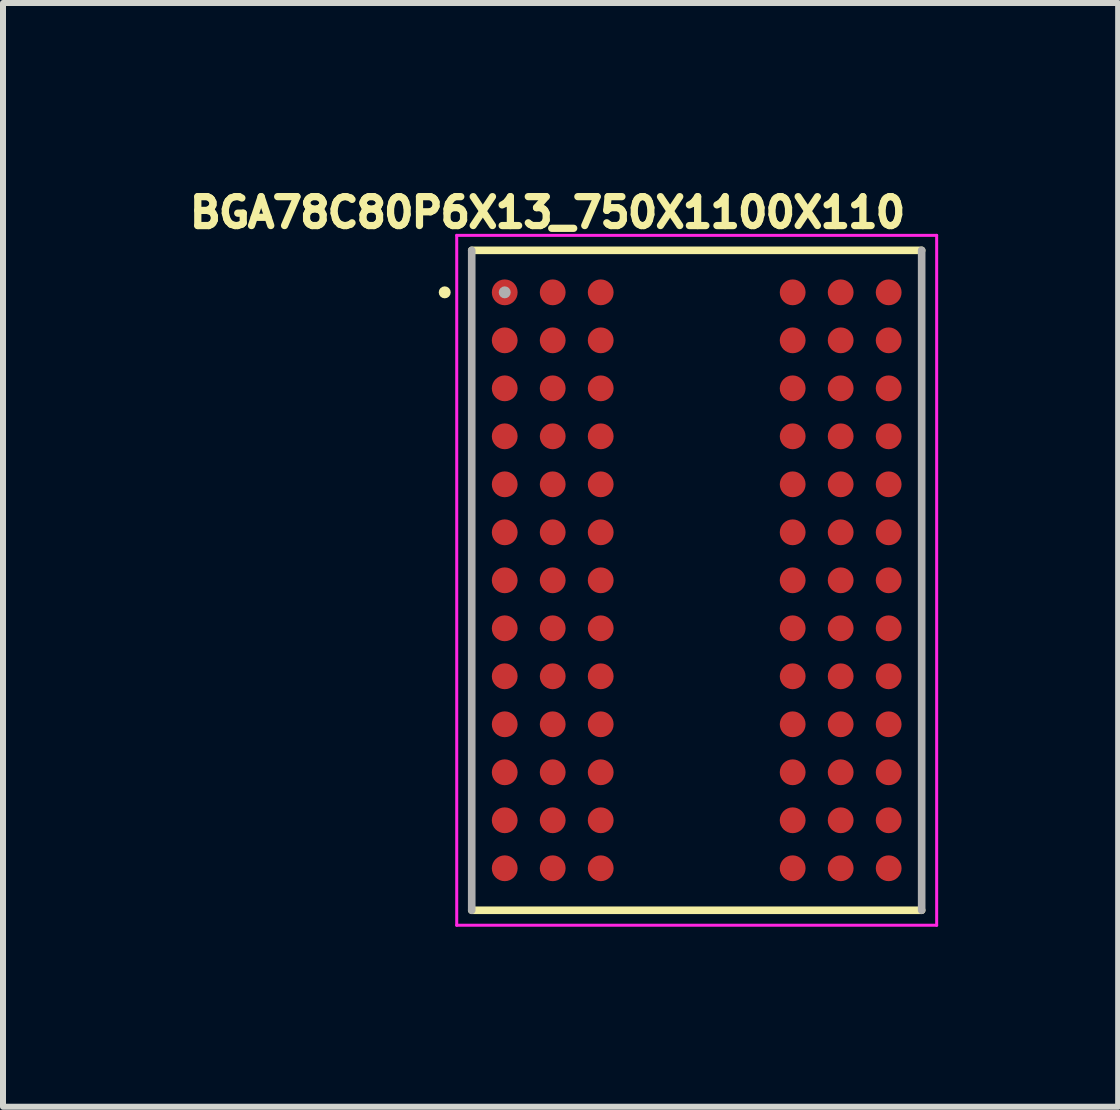
<source format=kicad_pcb>
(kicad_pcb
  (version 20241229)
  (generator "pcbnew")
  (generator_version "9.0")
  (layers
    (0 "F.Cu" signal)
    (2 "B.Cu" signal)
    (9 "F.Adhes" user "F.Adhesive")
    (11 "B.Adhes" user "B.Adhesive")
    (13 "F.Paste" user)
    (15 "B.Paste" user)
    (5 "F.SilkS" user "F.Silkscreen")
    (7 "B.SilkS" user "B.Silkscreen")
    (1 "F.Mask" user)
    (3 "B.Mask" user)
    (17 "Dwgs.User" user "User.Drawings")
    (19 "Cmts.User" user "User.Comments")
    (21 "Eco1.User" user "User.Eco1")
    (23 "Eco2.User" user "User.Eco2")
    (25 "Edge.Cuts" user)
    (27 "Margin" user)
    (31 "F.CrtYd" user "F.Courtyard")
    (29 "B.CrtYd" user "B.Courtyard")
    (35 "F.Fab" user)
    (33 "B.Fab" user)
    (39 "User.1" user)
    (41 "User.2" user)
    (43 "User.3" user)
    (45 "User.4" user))
  (footprint "BGA78C80P6X13_750X1100X110"
    (layer "F.Cu")
    (at 8.563 6.623)
    (property "Reference" "BGA78C80P6X13_750X1100X110" (at -2.486 -6.13 0) (layer "F.SilkS") (effects (font (size 0.482 0.482) (thickness 0.15))))
    (attr smd)
    (fp_line (start -3.75 -5.5) (end 3.75 -5.5) (stroke (width 0.127) (type solid)) (layer "F.SilkS"))
    (fp_line (start 3.75 5.5) (end -3.75 5.5) (stroke (width 0.127) (type solid)) (layer "F.SilkS"))
    (fp_circle (center -4.2 -4.8) (end -4.15 -4.8) (stroke (width 0.1) (type solid)) (fill no) (layer "F.SilkS"))
    (fp_line (start -4 -5.75) (end 4 -5.75) (stroke (width 0.05) (type solid)) (layer "F.CrtYd"))
    (fp_line (start -4 5.75) (end -4 -5.75) (stroke (width 0.05) (type solid)) (layer "F.CrtYd"))
    (fp_line (start 4 -5.75) (end 4 5.75) (stroke (width 0.05) (type solid)) (layer "F.CrtYd"))
    (fp_line (start 4 5.75) (end -4 5.75) (stroke (width 0.05) (type solid)) (layer "F.CrtYd"))
    (fp_line (start -3.75 5.5) (end -3.75 -5.5) (stroke (width 0.127) (type solid)) (layer "F.Fab"))
    (fp_line (start 3.75 -5.5) (end 3.75 5.5) (stroke (width 0.127) (type solid)) (layer "F.Fab"))
    (fp_circle (center -3.2 -4.8) (end -3.15 -4.8) (stroke (width 0.1) (type solid)) (fill no) (layer "F.Fab"))
    (pad "A1" smd circle (at -3.2 -4.8) (size 0.43 0.43) (layers "F.Cu" "F.Mask" "F.Paste"))
    (pad "A2" smd circle (at -2.4 -4.8) (size 0.43 0.43) (layers "F.Cu" "F.Mask" "F.Paste"))
    (pad "A3" smd circle (at -1.6 -4.8) (size 0.43 0.43) (layers "F.Cu" "F.Mask" "F.Paste"))
    (pad "A7" smd circle (at 1.6 -4.8) (size 0.43 0.43) (layers "F.Cu" "F.Mask" "F.Paste"))
    (pad "A8" smd circle (at 2.4 -4.8) (size 0.43 0.43) (layers "F.Cu" "F.Mask" "F.Paste"))
    (pad "A9" smd circle (at 3.2 -4.8) (size 0.43 0.43) (layers "F.Cu" "F.Mask" "F.Paste"))
    (pad "B1" smd circle (at -3.2 -4) (size 0.43 0.43) (layers "F.Cu" "F.Mask" "F.Paste"))
    (pad "B2" smd circle (at -2.4 -4) (size 0.43 0.43) (layers "F.Cu" "F.Mask" "F.Paste"))
    (pad "B3" smd circle (at -1.6 -4) (size 0.43 0.43) (layers "F.Cu" "F.Mask" "F.Paste"))
    (pad "B7" smd circle (at 1.6 -4) (size 0.43 0.43) (layers "F.Cu" "F.Mask" "F.Paste"))
    (pad "B8" smd circle (at 2.4 -4) (size 0.43 0.43) (layers "F.Cu" "F.Mask" "F.Paste"))
    (pad "B9" smd circle (at 3.2 -4) (size 0.43 0.43) (layers "F.Cu" "F.Mask" "F.Paste"))
    (pad "C1" smd circle (at -3.2 -3.2) (size 0.43 0.43) (layers "F.Cu" "F.Mask" "F.Paste"))
    (pad "C2" smd circle (at -2.4 -3.2) (size 0.43 0.43) (layers "F.Cu" "F.Mask" "F.Paste"))
    (pad "C3" smd circle (at -1.6 -3.2) (size 0.43 0.43) (layers "F.Cu" "F.Mask" "F.Paste"))
    (pad "C7" smd circle (at 1.6 -3.2) (size 0.43 0.43) (layers "F.Cu" "F.Mask" "F.Paste"))
    (pad "C8" smd circle (at 2.4 -3.2) (size 0.43 0.43) (layers "F.Cu" "F.Mask" "F.Paste"))
    (pad "C9" smd circle (at 3.2 -3.2) (size 0.43 0.43) (layers "F.Cu" "F.Mask" "F.Paste"))
    (pad "D1" smd circle (at -3.2 -2.4) (size 0.43 0.43) (layers "F.Cu" "F.Mask" "F.Paste"))
    (pad "D2" smd circle (at -2.4 -2.4) (size 0.43 0.43) (layers "F.Cu" "F.Mask" "F.Paste"))
    (pad "D3" smd circle (at -1.6 -2.4) (size 0.43 0.43) (layers "F.Cu" "F.Mask" "F.Paste"))
    (pad "D7" smd circle (at 1.6 -2.4) (size 0.43 0.43) (layers "F.Cu" "F.Mask" "F.Paste"))
    (pad "D8" smd circle (at 2.4 -2.4) (size 0.43 0.43) (layers "F.Cu" "F.Mask" "F.Paste"))
    (pad "D9" smd circle (at 3.2 -2.4) (size 0.43 0.43) (layers "F.Cu" "F.Mask" "F.Paste"))
    (pad "E1" smd circle (at -3.2 -1.6) (size 0.43 0.43) (layers "F.Cu" "F.Mask" "F.Paste"))
    (pad "E2" smd circle (at -2.4 -1.6) (size 0.43 0.43) (layers "F.Cu" "F.Mask" "F.Paste"))
    (pad "E3" smd circle (at -1.6 -1.6) (size 0.43 0.43) (layers "F.Cu" "F.Mask" "F.Paste"))
    (pad "E7" smd circle (at 1.6 -1.6) (size 0.43 0.43) (layers "F.Cu" "F.Mask" "F.Paste"))
    (pad "E8" smd circle (at 2.4 -1.6) (size 0.43 0.43) (layers "F.Cu" "F.Mask" "F.Paste"))
    (pad "E9" smd circle (at 3.2 -1.6) (size 0.43 0.43) (layers "F.Cu" "F.Mask" "F.Paste"))
    (pad "F1" smd circle (at -3.2 -0.8) (size 0.43 0.43) (layers "F.Cu" "F.Mask" "F.Paste"))
    (pad "F2" smd circle (at -2.4 -0.8) (size 0.43 0.43) (layers "F.Cu" "F.Mask" "F.Paste"))
    (pad "F3" smd circle (at -1.6 -0.8) (size 0.43 0.43) (layers "F.Cu" "F.Mask" "F.Paste"))
    (pad "F7" smd circle (at 1.6 -0.8) (size 0.43 0.43) (layers "F.Cu" "F.Mask" "F.Paste"))
    (pad "F8" smd circle (at 2.4 -0.8) (size 0.43 0.43) (layers "F.Cu" "F.Mask" "F.Paste"))
    (pad "F9" smd circle (at 3.2 -0.8) (size 0.43 0.43) (layers "F.Cu" "F.Mask" "F.Paste"))
    (pad "G1" smd circle (at -3.2 0) (size 0.43 0.43) (layers "F.Cu" "F.Mask" "F.Paste"))
    (pad "G2" smd circle (at -2.4 0) (size 0.43 0.43) (layers "F.Cu" "F.Mask" "F.Paste"))
    (pad "G3" smd circle (at -1.6 0) (size 0.43 0.43) (layers "F.Cu" "F.Mask" "F.Paste"))
    (pad "G7" smd circle (at 1.6 0) (size 0.43 0.43) (layers "F.Cu" "F.Mask" "F.Paste"))
    (pad "G8" smd circle (at 2.4 0) (size 0.43 0.43) (layers "F.Cu" "F.Mask" "F.Paste"))
    (pad "G9" smd circle (at 3.2 0) (size 0.43 0.43) (layers "F.Cu" "F.Mask" "F.Paste"))
    (pad "H1" smd circle (at -3.2 0.8) (size 0.43 0.43) (layers "F.Cu" "F.Mask" "F.Paste"))
    (pad "H2" smd circle (at -2.4 0.8) (size 0.43 0.43) (layers "F.Cu" "F.Mask" "F.Paste"))
    (pad "H3" smd circle (at -1.6 0.8) (size 0.43 0.43) (layers "F.Cu" "F.Mask" "F.Paste"))
    (pad "H7" smd circle (at 1.6 0.8) (size 0.43 0.43) (layers "F.Cu" "F.Mask" "F.Paste"))
    (pad "H8" smd circle (at 2.4 0.8) (size 0.43 0.43) (layers "F.Cu" "F.Mask" "F.Paste"))
    (pad "H9" smd circle (at 3.2 0.8) (size 0.43 0.43) (layers "F.Cu" "F.Mask" "F.Paste"))
    (pad "J1" smd circle (at -3.2 1.6) (size 0.43 0.43) (layers "F.Cu" "F.Mask" "F.Paste"))
    (pad "J2" smd circle (at -2.4 1.6) (size 0.43 0.43) (layers "F.Cu" "F.Mask" "F.Paste"))
    (pad "J3" smd circle (at -1.6 1.6) (size 0.43 0.43) (layers "F.Cu" "F.Mask" "F.Paste"))
    (pad "J7" smd circle (at 1.6 1.6) (size 0.43 0.43) (layers "F.Cu" "F.Mask" "F.Paste"))
    (pad "J8" smd circle (at 2.4 1.6) (size 0.43 0.43) (layers "F.Cu" "F.Mask" "F.Paste"))
    (pad "J9" smd circle (at 3.2 1.6) (size 0.43 0.43) (layers "F.Cu" "F.Mask" "F.Paste"))
    (pad "K1" smd circle (at -3.2 2.4) (size 0.43 0.43) (layers "F.Cu" "F.Mask" "F.Paste"))
    (pad "K2" smd circle (at -2.4 2.4) (size 0.43 0.43) (layers "F.Cu" "F.Mask" "F.Paste"))
    (pad "K3" smd circle (at -1.6 2.4) (size 0.43 0.43) (layers "F.Cu" "F.Mask" "F.Paste"))
    (pad "K7" smd circle (at 1.6 2.4) (size 0.43 0.43) (layers "F.Cu" "F.Mask" "F.Paste"))
    (pad "K8" smd circle (at 2.4 2.4) (size 0.43 0.43) (layers "F.Cu" "F.Mask" "F.Paste"))
    (pad "K9" smd circle (at 3.2 2.4) (size 0.43 0.43) (layers "F.Cu" "F.Mask" "F.Paste"))
    (pad "L1" smd circle (at -3.2 3.2) (size 0.43 0.43) (layers "F.Cu" "F.Mask" "F.Paste"))
    (pad "L2" smd circle (at -2.4 3.2) (size 0.43 0.43) (layers "F.Cu" "F.Mask" "F.Paste"))
    (pad "L3" smd circle (at -1.6 3.2) (size 0.43 0.43) (layers "F.Cu" "F.Mask" "F.Paste"))
    (pad "L7" smd circle (at 1.6 3.2) (size 0.43 0.43) (layers "F.Cu" "F.Mask" "F.Paste"))
    (pad "L8" smd circle (at 2.4 3.2) (size 0.43 0.43) (layers "F.Cu" "F.Mask" "F.Paste"))
    (pad "L9" smd circle (at 3.2 3.2) (size 0.43 0.43) (layers "F.Cu" "F.Mask" "F.Paste"))
    (pad "M1" smd circle (at -3.2 4) (size 0.43 0.43) (layers "F.Cu" "F.Mask" "F.Paste"))
    (pad "M2" smd circle (at -2.4 4) (size 0.43 0.43) (layers "F.Cu" "F.Mask" "F.Paste"))
    (pad "M3" smd circle (at -1.6 4) (size 0.43 0.43) (layers "F.Cu" "F.Mask" "F.Paste"))
    (pad "M7" smd circle (at 1.6 4) (size 0.43 0.43) (layers "F.Cu" "F.Mask" "F.Paste"))
    (pad "M8" smd circle (at 2.4 4) (size 0.43 0.43) (layers "F.Cu" "F.Mask" "F.Paste"))
    (pad "M9" smd circle (at 3.2 4) (size 0.43 0.43) (layers "F.Cu" "F.Mask" "F.Paste"))
    (pad "N1" smd circle (at -3.2 4.8) (size 0.43 0.43) (layers "F.Cu" "F.Mask" "F.Paste"))
    (pad "N2" smd circle (at -2.4 4.8) (size 0.43 0.43) (layers "F.Cu" "F.Mask" "F.Paste"))
    (pad "N3" smd circle (at -1.6 4.8) (size 0.43 0.43) (layers "F.Cu" "F.Mask" "F.Paste"))
    (pad "N7" smd circle (at 1.6 4.8) (size 0.43 0.43) (layers "F.Cu" "F.Mask" "F.Paste"))
    (pad "N8" smd circle (at 2.4 4.8) (size 0.43 0.43) (layers "F.Cu" "F.Mask" "F.Paste"))
    (pad "N9" smd circle (at 3.2 4.8) (size 0.43 0.43) (layers "F.Cu" "F.Mask" "F.Paste")))
  (gr_rect
    (start -3 -3)
    (end 15.588 15.398)
    (stroke (width 0.1) (type default))
    (fill no)
    (layer "Edge.Cuts")))
</source>
